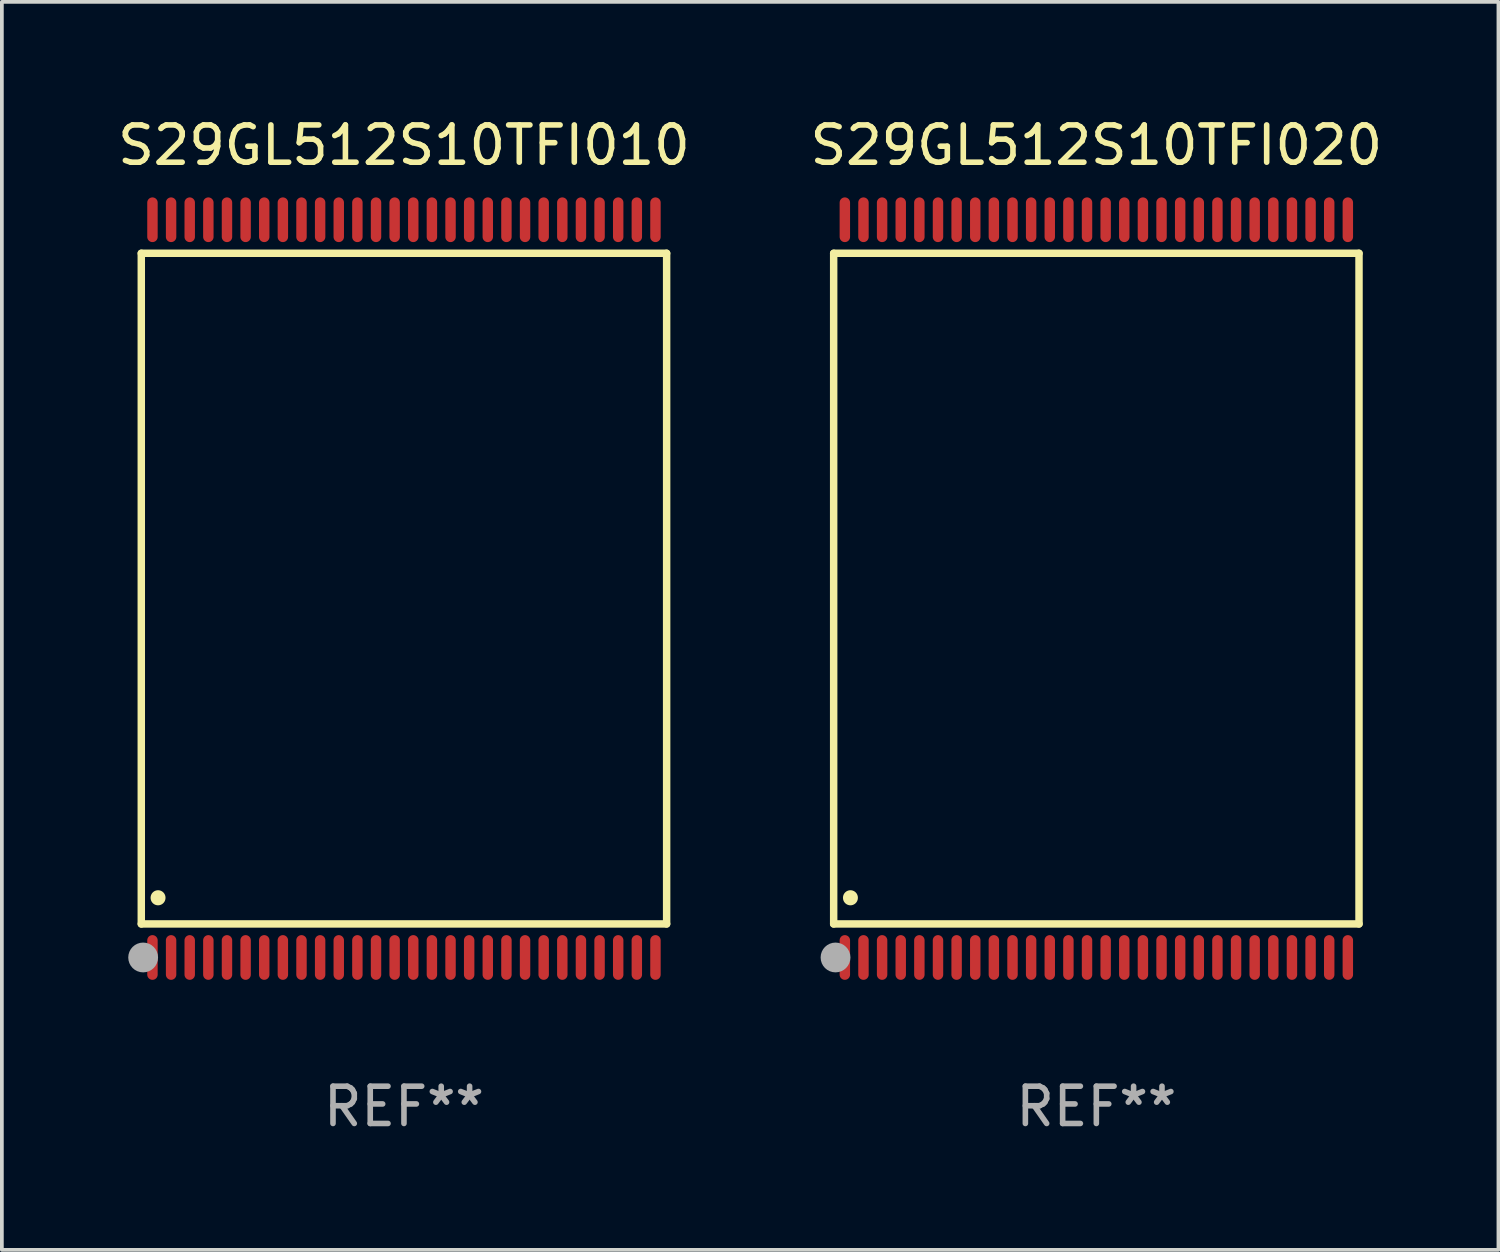
<source format=kicad_pcb>
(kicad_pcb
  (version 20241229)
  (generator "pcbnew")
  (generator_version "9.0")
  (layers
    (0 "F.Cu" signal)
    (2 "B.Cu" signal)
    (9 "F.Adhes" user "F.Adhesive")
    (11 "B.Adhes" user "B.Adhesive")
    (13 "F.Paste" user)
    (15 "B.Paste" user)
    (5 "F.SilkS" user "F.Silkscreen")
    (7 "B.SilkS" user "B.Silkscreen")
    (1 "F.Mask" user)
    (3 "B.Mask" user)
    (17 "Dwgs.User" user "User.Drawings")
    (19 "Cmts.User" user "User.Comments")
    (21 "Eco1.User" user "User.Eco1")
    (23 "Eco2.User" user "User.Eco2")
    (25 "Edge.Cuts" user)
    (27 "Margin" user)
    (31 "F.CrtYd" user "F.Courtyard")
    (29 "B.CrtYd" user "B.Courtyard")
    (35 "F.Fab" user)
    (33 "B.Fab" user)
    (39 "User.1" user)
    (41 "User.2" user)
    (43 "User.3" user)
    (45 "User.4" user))
  (footprint "S29GL512S10TFI010"
    (layer "F.Cu")
    (at 7.792 12.748)
    (property "Reference" "S29GL512S10TFI010" (at 0 -11.9 0) (layer "F.SilkS") (effects (font (size 1 1) (thickness 0.15))))
    (attr through_hole)
    (fp_line (start -7.05 -9) (end 7.05 -9) (stroke (width 0.2) (type solid)) (layer "F.SilkS"))
    (fp_line (start -7.05 9) (end -7.05 -9) (stroke (width 0.2) (type solid)) (layer "F.SilkS"))
    (fp_line (start 7.05 9) (end -7.05 9) (stroke (width 0.2) (type solid)) (layer "F.SilkS"))
    (fp_line (start 7.05 9) (end 7.05 -9) (stroke (width 0.2) (type solid)) (layer "F.SilkS"))
    (fp_arc (start -6.600025 8.300025) (mid -6.600041 8.297485) (end -6.600025 8.294945) (stroke (width 0.4) (type solid)) (layer "F.SilkS"))
    (fp_circle (center -7 10) (end -6.97 10) (stroke (width 0.06) (type solid)) (fill no) (layer "F.SilkS"))
    (fp_circle (center -7 9.9) (end -6.8 9.9) (stroke (width 0.4) (type solid)) (fill no) (layer "F.Fab"))
    (fp_text user "REF**" (at 0 13.9 0) (layer "F.Fab") (effects (font (size 1 1) (thickness 0.15))))
    (pad "1" smd oval (at -6.75 9.9) (size 0.28 1.2) (layers "F.Cu" "F.Mask" "F.Paste"))
    (pad "2" smd oval (at -6.25 9.9) (size 0.28 1.2) (layers "F.Cu" "F.Mask" "F.Paste"))
    (pad "3" smd oval (at -5.75 9.9) (size 0.28 1.2) (layers "F.Cu" "F.Mask" "F.Paste"))
    (pad "4" smd oval (at -5.25 9.9) (size 0.28 1.2) (layers "F.Cu" "F.Mask" "F.Paste"))
    (pad "5" smd oval (at -4.75 9.9) (size 0.28 1.2) (layers "F.Cu" "F.Mask" "F.Paste"))
    (pad "6" smd oval (at -4.25 9.9) (size 0.28 1.2) (layers "F.Cu" "F.Mask" "F.Paste"))
    (pad "7" smd oval (at -3.75 9.9) (size 0.28 1.2) (layers "F.Cu" "F.Mask" "F.Paste"))
    (pad "8" smd oval (at -3.25 9.9) (size 0.28 1.2) (layers "F.Cu" "F.Mask" "F.Paste"))
    (pad "9" smd oval (at -2.75 9.9) (size 0.28 1.2) (layers "F.Cu" "F.Mask" "F.Paste"))
    (pad "10" smd oval (at -2.25 9.9) (size 0.28 1.2) (layers "F.Cu" "F.Mask" "F.Paste"))
    (pad "11" smd oval (at -1.75 9.9) (size 0.28 1.2) (layers "F.Cu" "F.Mask" "F.Paste"))
    (pad "12" smd oval (at -1.25 9.9) (size 0.28 1.2) (layers "F.Cu" "F.Mask" "F.Paste"))
    (pad "13" smd oval (at -0.75 9.9) (size 0.28 1.2) (layers "F.Cu" "F.Mask" "F.Paste"))
    (pad "14" smd oval (at -0.25 9.9) (size 0.28 1.2) (layers "F.Cu" "F.Mask" "F.Paste"))
    (pad "15" smd oval (at 0.25 9.9) (size 0.28 1.2) (layers "F.Cu" "F.Mask" "F.Paste"))
    (pad "16" smd oval (at 0.75 9.9) (size 0.28 1.2) (layers "F.Cu" "F.Mask" "F.Paste"))
    (pad "17" smd oval (at 1.25 9.9) (size 0.28 1.2) (layers "F.Cu" "F.Mask" "F.Paste"))
    (pad "18" smd oval (at 1.75 9.9) (size 0.28 1.2) (layers "F.Cu" "F.Mask" "F.Paste"))
    (pad "19" smd oval (at 2.25 9.9) (size 0.28 1.2) (layers "F.Cu" "F.Mask" "F.Paste"))
    (pad "20" smd oval (at 2.75 9.9) (size 0.28 1.2) (layers "F.Cu" "F.Mask" "F.Paste"))
    (pad "21" smd oval (at 3.25 9.9) (size 0.28 1.2) (layers "F.Cu" "F.Mask" "F.Paste"))
    (pad "22" smd oval (at 3.75 9.9) (size 0.28 1.2) (layers "F.Cu" "F.Mask" "F.Paste"))
    (pad "23" smd oval (at 4.25 9.9) (size 0.28 1.2) (layers "F.Cu" "F.Mask" "F.Paste"))
    (pad "24" smd oval (at 4.75 9.9) (size 0.28 1.2) (layers "F.Cu" "F.Mask" "F.Paste"))
    (pad "25" smd oval (at 5.25 9.9) (size 0.28 1.2) (layers "F.Cu" "F.Mask" "F.Paste"))
    (pad "26" smd oval (at 5.75 9.9) (size 0.28 1.2) (layers "F.Cu" "F.Mask" "F.Paste"))
    (pad "27" smd oval (at 6.25 9.9) (size 0.28 1.2) (layers "F.Cu" "F.Mask" "F.Paste"))
    (pad "28" smd oval (at 6.75 9.9) (size 0.28 1.2) (layers "F.Cu" "F.Mask" "F.Paste"))
    (pad "29" smd oval (at 6.75 -9.9) (size 0.28 1.2) (layers "F.Cu" "F.Mask" "F.Paste"))
    (pad "30" smd oval (at 6.25 -9.9) (size 0.28 1.2) (layers "F.Cu" "F.Mask" "F.Paste"))
    (pad "31" smd oval (at 5.75 -9.9) (size 0.28 1.2) (layers "F.Cu" "F.Mask" "F.Paste"))
    (pad "32" smd oval (at 5.25 -9.9) (size 0.28 1.2) (layers "F.Cu" "F.Mask" "F.Paste"))
    (pad "33" smd oval (at 4.75 -9.9) (size 0.28 1.2) (layers "F.Cu" "F.Mask" "F.Paste"))
    (pad "34" smd oval (at 4.25 -9.9) (size 0.28 1.2) (layers "F.Cu" "F.Mask" "F.Paste"))
    (pad "35" smd oval (at 3.75 -9.9) (size 0.28 1.2) (layers "F.Cu" "F.Mask" "F.Paste"))
    (pad "36" smd oval (at 3.25 -9.9) (size 0.28 1.2) (layers "F.Cu" "F.Mask" "F.Paste"))
    (pad "37" smd oval (at 2.75 -9.9) (size 0.28 1.2) (layers "F.Cu" "F.Mask" "F.Paste"))
    (pad "38" smd oval (at 2.25 -9.9) (size 0.28 1.2) (layers "F.Cu" "F.Mask" "F.Paste"))
    (pad "39" smd oval (at 1.75 -9.9) (size 0.28 1.2) (layers "F.Cu" "F.Mask" "F.Paste"))
    (pad "40" smd oval (at 1.25 -9.9) (size 0.28 1.2) (layers "F.Cu" "F.Mask" "F.Paste"))
    (pad "41" smd oval (at 0.75 -9.9) (size 0.28 1.2) (layers "F.Cu" "F.Mask" "F.Paste"))
    (pad "42" smd oval (at 0.25 -9.9) (size 0.28 1.2) (layers "F.Cu" "F.Mask" "F.Paste"))
    (pad "43" smd oval (at -0.25 -9.9) (size 0.28 1.2) (layers "F.Cu" "F.Mask" "F.Paste"))
    (pad "44" smd oval (at -0.75 -9.9) (size 0.28 1.2) (layers "F.Cu" "F.Mask" "F.Paste"))
    (pad "45" smd oval (at -1.25 -9.9) (size 0.28 1.2) (layers "F.Cu" "F.Mask" "F.Paste"))
    (pad "46" smd oval (at -1.75 -9.9) (size 0.28 1.2) (layers "F.Cu" "F.Mask" "F.Paste"))
    (pad "47" smd oval (at -2.25 -9.9) (size 0.28 1.2) (layers "F.Cu" "F.Mask" "F.Paste"))
    (pad "48" smd oval (at -2.75 -9.9) (size 0.28 1.2) (layers "F.Cu" "F.Mask" "F.Paste"))
    (pad "49" smd oval (at -3.25 -9.9) (size 0.28 1.2) (layers "F.Cu" "F.Mask" "F.Paste"))
    (pad "50" smd oval (at -3.75 -9.9) (size 0.28 1.2) (layers "F.Cu" "F.Mask" "F.Paste"))
    (pad "51" smd oval (at -4.25 -9.9) (size 0.28 1.2) (layers "F.Cu" "F.Mask" "F.Paste"))
    (pad "52" smd oval (at -4.75 -9.9) (size 0.28 1.2) (layers "F.Cu" "F.Mask" "F.Paste"))
    (pad "53" smd oval (at -5.25 -9.9) (size 0.28 1.2) (layers "F.Cu" "F.Mask" "F.Paste"))
    (pad "54" smd oval (at -5.75 -9.9) (size 0.28 1.2) (layers "F.Cu" "F.Mask" "F.Paste"))
    (pad "55" smd oval (at -6.25 -9.9) (size 0.28 1.2) (layers "F.Cu" "F.Mask" "F.Paste"))
    (pad "56" smd oval (at -6.75 -9.9) (size 0.28 1.2) (layers "F.Cu" "F.Mask" "F.Paste")))
  (footprint "S29GL512S10TFI020"
    (layer "F.Cu")
    (at 26.375 12.748)
    (property "Reference" "S29GL512S10TFI020" (at 0 -11.9 0) (layer "F.SilkS") (effects (font (size 1 1) (thickness 0.15))))
    (attr through_hole)
    (fp_line (start -7.05 -9) (end 7.05 -9) (stroke (width 0.2) (type solid)) (layer "F.SilkS"))
    (fp_line (start -7.05 9) (end -7.05 -9) (stroke (width 0.2) (type solid)) (layer "F.SilkS"))
    (fp_line (start 7.05 9) (end -7.05 9) (stroke (width 0.2) (type solid)) (layer "F.SilkS"))
    (fp_line (start 7.05 9) (end 7.05 -9) (stroke (width 0.2) (type solid)) (layer "F.SilkS"))
    (fp_arc (start -6.600025 8.300025) (mid -6.600041 8.297485) (end -6.600025 8.294945) (stroke (width 0.4) (type solid)) (layer "F.SilkS"))
    (fp_circle (center -7 10) (end -6.97 10) (stroke (width 0.06) (type solid)) (fill no) (layer "F.SilkS"))
    (fp_circle (center -7 9.9) (end -6.8 9.9) (stroke (width 0.4) (type solid)) (fill no) (layer "F.Fab"))
    (fp_text user "REF**" (at 0 13.9 0) (layer "F.Fab") (effects (font (size 1 1) (thickness 0.15))))
    (pad "1" smd oval (at -6.75 9.9) (size 0.28 1.2) (layers "F.Cu" "F.Mask" "F.Paste"))
    (pad "2" smd oval (at -6.25 9.9) (size 0.28 1.2) (layers "F.Cu" "F.Mask" "F.Paste"))
    (pad "3" smd oval (at -5.75 9.9) (size 0.28 1.2) (layers "F.Cu" "F.Mask" "F.Paste"))
    (pad "4" smd oval (at -5.25 9.9) (size 0.28 1.2) (layers "F.Cu" "F.Mask" "F.Paste"))
    (pad "5" smd oval (at -4.75 9.9) (size 0.28 1.2) (layers "F.Cu" "F.Mask" "F.Paste"))
    (pad "6" smd oval (at -4.25 9.9) (size 0.28 1.2) (layers "F.Cu" "F.Mask" "F.Paste"))
    (pad "7" smd oval (at -3.75 9.9) (size 0.28 1.2) (layers "F.Cu" "F.Mask" "F.Paste"))
    (pad "8" smd oval (at -3.25 9.9) (size 0.28 1.2) (layers "F.Cu" "F.Mask" "F.Paste"))
    (pad "9" smd oval (at -2.75 9.9) (size 0.28 1.2) (layers "F.Cu" "F.Mask" "F.Paste"))
    (pad "10" smd oval (at -2.25 9.9) (size 0.28 1.2) (layers "F.Cu" "F.Mask" "F.Paste"))
    (pad "11" smd oval (at -1.75 9.9) (size 0.28 1.2) (layers "F.Cu" "F.Mask" "F.Paste"))
    (pad "12" smd oval (at -1.25 9.9) (size 0.28 1.2) (layers "F.Cu" "F.Mask" "F.Paste"))
    (pad "13" smd oval (at -0.75 9.9) (size 0.28 1.2) (layers "F.Cu" "F.Mask" "F.Paste"))
    (pad "14" smd oval (at -0.25 9.9) (size 0.28 1.2) (layers "F.Cu" "F.Mask" "F.Paste"))
    (pad "15" smd oval (at 0.25 9.9) (size 0.28 1.2) (layers "F.Cu" "F.Mask" "F.Paste"))
    (pad "16" smd oval (at 0.75 9.9) (size 0.28 1.2) (layers "F.Cu" "F.Mask" "F.Paste"))
    (pad "17" smd oval (at 1.25 9.9) (size 0.28 1.2) (layers "F.Cu" "F.Mask" "F.Paste"))
    (pad "18" smd oval (at 1.75 9.9) (size 0.28 1.2) (layers "F.Cu" "F.Mask" "F.Paste"))
    (pad "19" smd oval (at 2.25 9.9) (size 0.28 1.2) (layers "F.Cu" "F.Mask" "F.Paste"))
    (pad "20" smd oval (at 2.75 9.9) (size 0.28 1.2) (layers "F.Cu" "F.Mask" "F.Paste"))
    (pad "21" smd oval (at 3.25 9.9) (size 0.28 1.2) (layers "F.Cu" "F.Mask" "F.Paste"))
    (pad "22" smd oval (at 3.75 9.9) (size 0.28 1.2) (layers "F.Cu" "F.Mask" "F.Paste"))
    (pad "23" smd oval (at 4.25 9.9) (size 0.28 1.2) (layers "F.Cu" "F.Mask" "F.Paste"))
    (pad "24" smd oval (at 4.75 9.9) (size 0.28 1.2) (layers "F.Cu" "F.Mask" "F.Paste"))
    (pad "25" smd oval (at 5.25 9.9) (size 0.28 1.2) (layers "F.Cu" "F.Mask" "F.Paste"))
    (pad "26" smd oval (at 5.75 9.9) (size 0.28 1.2) (layers "F.Cu" "F.Mask" "F.Paste"))
    (pad "27" smd oval (at 6.25 9.9) (size 0.28 1.2) (layers "F.Cu" "F.Mask" "F.Paste"))
    (pad "28" smd oval (at 6.75 9.9) (size 0.28 1.2) (layers "F.Cu" "F.Mask" "F.Paste"))
    (pad "29" smd oval (at 6.75 -9.9) (size 0.28 1.2) (layers "F.Cu" "F.Mask" "F.Paste"))
    (pad "30" smd oval (at 6.25 -9.9) (size 0.28 1.2) (layers "F.Cu" "F.Mask" "F.Paste"))
    (pad "31" smd oval (at 5.75 -9.9) (size 0.28 1.2) (layers "F.Cu" "F.Mask" "F.Paste"))
    (pad "32" smd oval (at 5.25 -9.9) (size 0.28 1.2) (layers "F.Cu" "F.Mask" "F.Paste"))
    (pad "33" smd oval (at 4.75 -9.9) (size 0.28 1.2) (layers "F.Cu" "F.Mask" "F.Paste"))
    (pad "34" smd oval (at 4.25 -9.9) (size 0.28 1.2) (layers "F.Cu" "F.Mask" "F.Paste"))
    (pad "35" smd oval (at 3.75 -9.9) (size 0.28 1.2) (layers "F.Cu" "F.Mask" "F.Paste"))
    (pad "36" smd oval (at 3.25 -9.9) (size 0.28 1.2) (layers "F.Cu" "F.Mask" "F.Paste"))
    (pad "37" smd oval (at 2.75 -9.9) (size 0.28 1.2) (layers "F.Cu" "F.Mask" "F.Paste"))
    (pad "38" smd oval (at 2.25 -9.9) (size 0.28 1.2) (layers "F.Cu" "F.Mask" "F.Paste"))
    (pad "39" smd oval (at 1.75 -9.9) (size 0.28 1.2) (layers "F.Cu" "F.Mask" "F.Paste"))
    (pad "40" smd oval (at 1.25 -9.9) (size 0.28 1.2) (layers "F.Cu" "F.Mask" "F.Paste"))
    (pad "41" smd oval (at 0.75 -9.9) (size 0.28 1.2) (layers "F.Cu" "F.Mask" "F.Paste"))
    (pad "42" smd oval (at 0.25 -9.9) (size 0.28 1.2) (layers "F.Cu" "F.Mask" "F.Paste"))
    (pad "43" smd oval (at -0.25 -9.9) (size 0.28 1.2) (layers "F.Cu" "F.Mask" "F.Paste"))
    (pad "44" smd oval (at -0.75 -9.9) (size 0.28 1.2) (layers "F.Cu" "F.Mask" "F.Paste"))
    (pad "45" smd oval (at -1.25 -9.9) (size 0.28 1.2) (layers "F.Cu" "F.Mask" "F.Paste"))
    (pad "46" smd oval (at -1.75 -9.9) (size 0.28 1.2) (layers "F.Cu" "F.Mask" "F.Paste"))
    (pad "47" smd oval (at -2.25 -9.9) (size 0.28 1.2) (layers "F.Cu" "F.Mask" "F.Paste"))
    (pad "48" smd oval (at -2.75 -9.9) (size 0.28 1.2) (layers "F.Cu" "F.Mask" "F.Paste"))
    (pad "49" smd oval (at -3.25 -9.9) (size 0.28 1.2) (layers "F.Cu" "F.Mask" "F.Paste"))
    (pad "50" smd oval (at -3.75 -9.9) (size 0.28 1.2) (layers "F.Cu" "F.Mask" "F.Paste"))
    (pad "51" smd oval (at -4.25 -9.9) (size 0.28 1.2) (layers "F.Cu" "F.Mask" "F.Paste"))
    (pad "52" smd oval (at -4.75 -9.9) (size 0.28 1.2) (layers "F.Cu" "F.Mask" "F.Paste"))
    (pad "53" smd oval (at -5.25 -9.9) (size 0.28 1.2) (layers "F.Cu" "F.Mask" "F.Paste"))
    (pad "54" smd oval (at -5.75 -9.9) (size 0.28 1.2) (layers "F.Cu" "F.Mask" "F.Paste"))
    (pad "55" smd oval (at -6.25 -9.9) (size 0.28 1.2) (layers "F.Cu" "F.Mask" "F.Paste"))
    (pad "56" smd oval (at -6.75 -9.9) (size 0.28 1.2) (layers "F.Cu" "F.Mask" "F.Paste")))
  (gr_rect
    (start -3 -3)
    (end 37.167 30.496)
    (stroke (width 0.1) (type default))
    (fill no)
    (layer "Edge.Cuts")))
</source>
